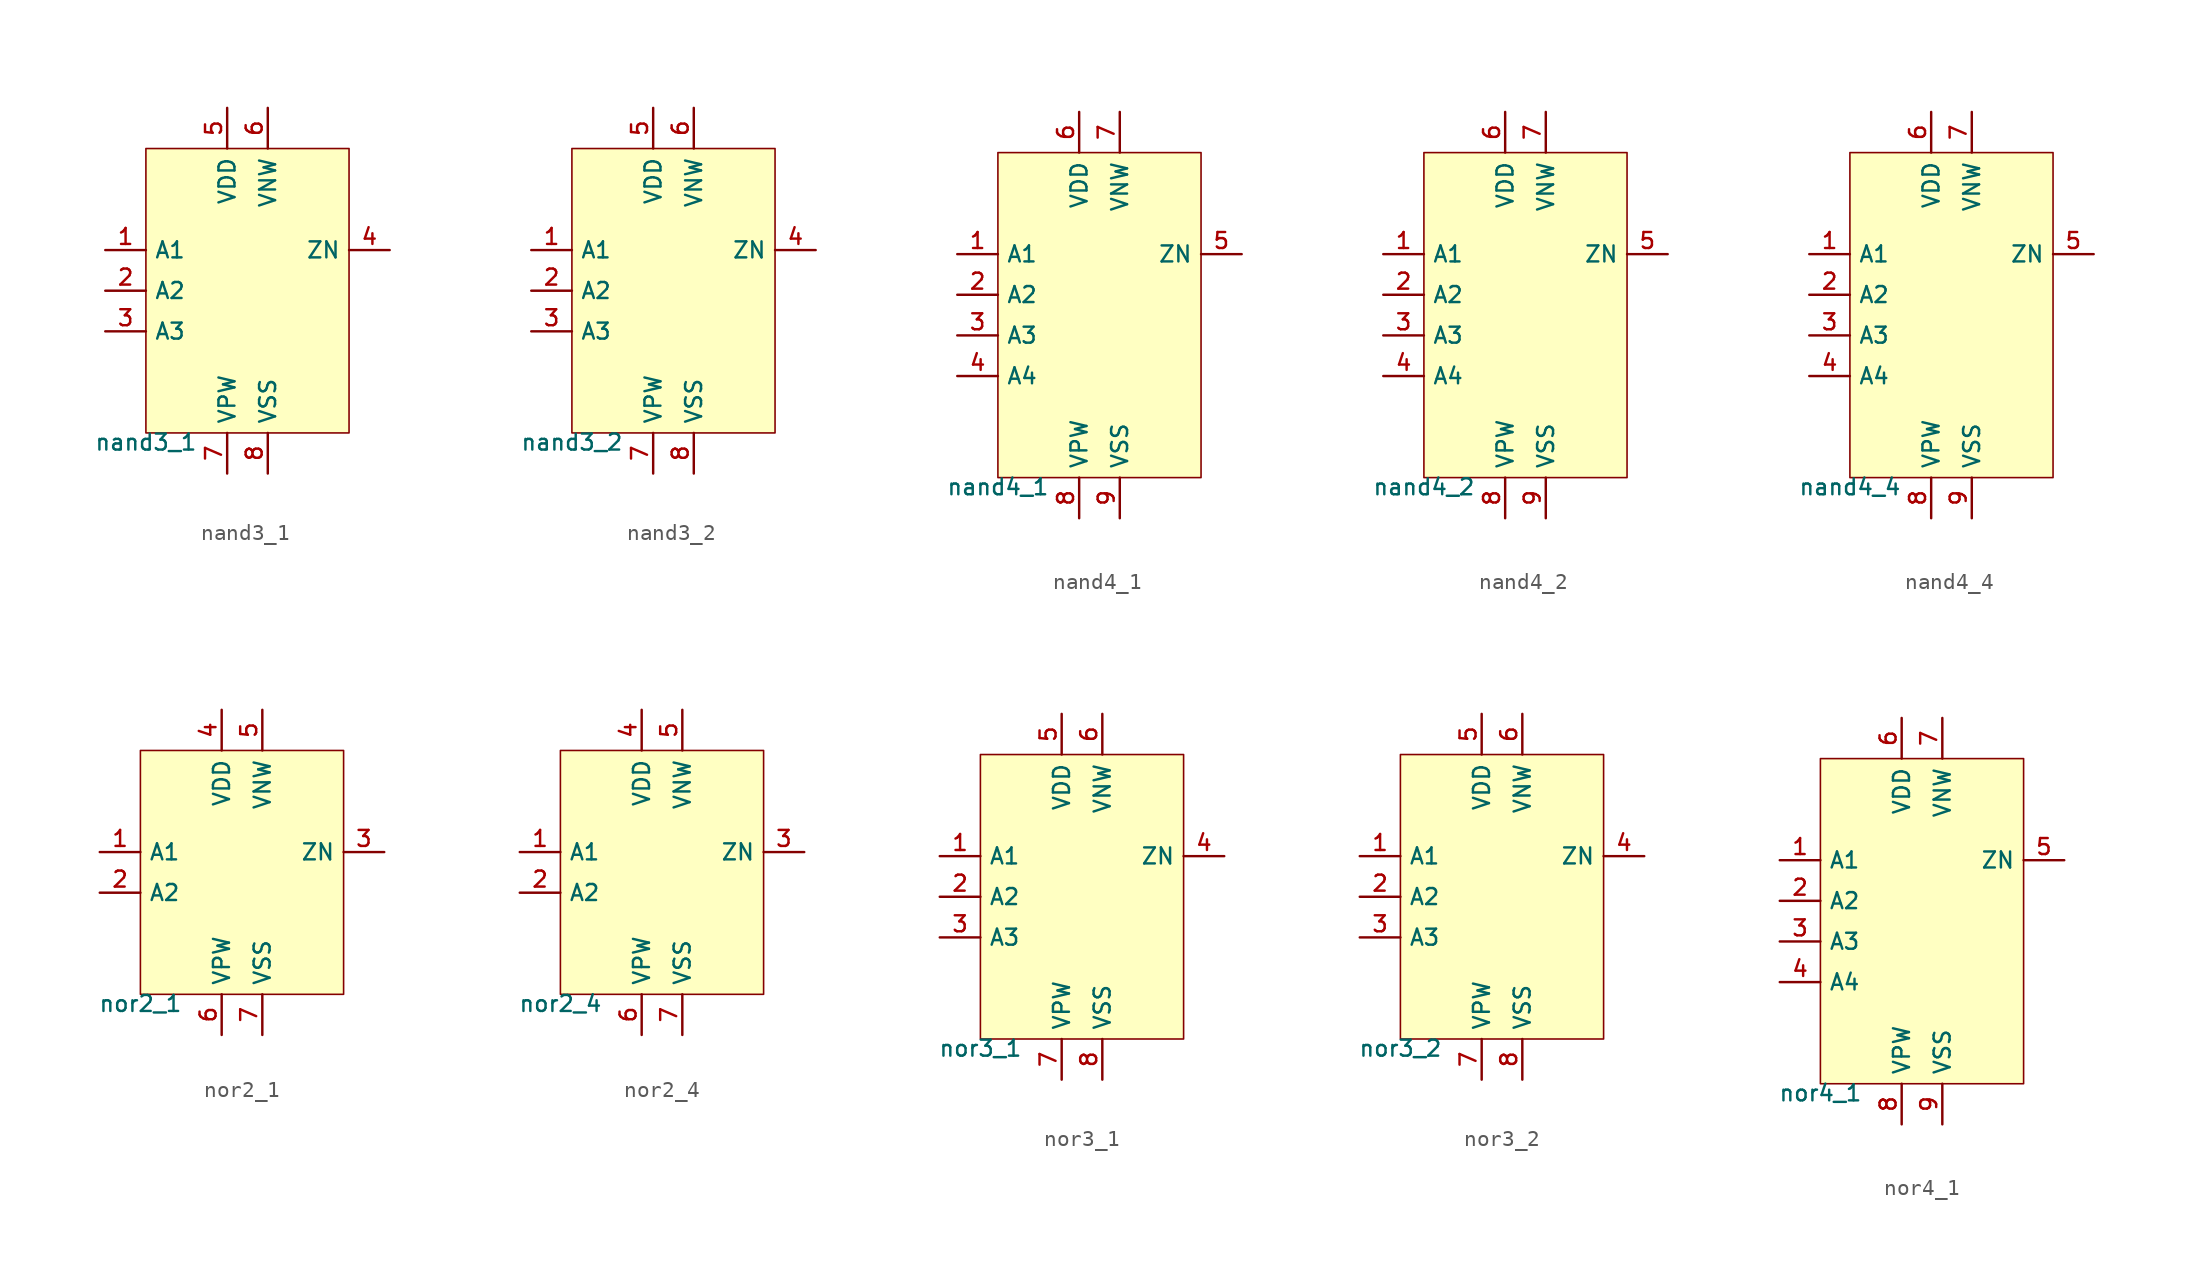
<source format=kicad_sym>
(kicad_symbol_lib
  (version 20211014)
  (generator pdk2kicad)
  (symbol "nand3_1"
    (property "Reference" "X"
      (at 0 0 0)
      (effects (font (size 1 1)) hide))
    (property "Value" "nand3_1"
      (at -6.35 -8.89 0)
      (effects (font (size 1 1)) (justify top)))
    (rectangle
      (start -6.35 -8.89)
      (end 6.35 8.89)
      (stroke (width 0.1) (type solid) (color 0 0 0 0))
      (fill (type background)))
    (pin input line
      (at -8.89 2.54 0)
      (length 2.54)
      (name "A1" (effects (font (size 1 1)) hide))
      (number "1" (effects (font (size 1 1)) hide)))
    (pin input line
      (at -8.89 4.440892098500626e-16 0)
      (length 2.54)
      (name "A2" (effects (font (size 1 1)) hide))
      (number "2" (effects (font (size 1 1)) hide)))
    (pin input line
      (at -8.89 -2.54 0)
      (length 2.54)
      (name "A3" (effects (font (size 1 1)) hide))
      (number "3" (effects (font (size 1 1)) hide)))
    (pin output line
      (at 8.89 2.54 180)
      (length 2.54)
      (name "ZN" (effects (font (size 1 1)) hide))
      (number "4" (effects (font (size 1 1)) hide)))
    (pin power_in line
      (at -1.27 11.43 270)
      (length 2.54)
      (name "VDD" (effects (font (size 1 1)) hide))
      (number "5" (effects (font (size 1 1)) hide)))
    (pin power_in line
      (at 1.27 11.43 270)
      (length 2.54)
      (name "VNW" (effects (font (size 1 1)) hide))
      (number "6" (effects (font (size 1 1)) hide)))
    (pin power_in line
      (at -1.27 -11.43 90)
      (length 2.54)
      (name "VPW" (effects (font (size 1 1)) hide))
      (number "7" (effects (font (size 1 1)) hide)))
    (pin power_in line
      (at 1.27 -11.43 90)
      (length 2.54)
      (name "VSS" (effects (font (size 1 1)) hide))
      (number "8" (effects (font (size 1 1)) hide))))
  (symbol "nand3_2"
    (property "Reference" "X"
      (at 0 0 0)
      (effects (font (size 1 1)) hide))
    (property "Value" "nand3_2"
      (at -6.35 -8.89 0)
      (effects (font (size 1 1)) (justify top)))
    (rectangle
      (start -6.35 -8.89)
      (end 6.35 8.89)
      (stroke (width 0.1) (type solid) (color 0 0 0 0))
      (fill (type background)))
    (pin input line
      (at -8.89 2.54 0)
      (length 2.54)
      (name "A1" (effects (font (size 1 1)) hide))
      (number "1" (effects (font (size 1 1)) hide)))
    (pin input line
      (at -8.89 4.440892098500626e-16 0)
      (length 2.54)
      (name "A2" (effects (font (size 1 1)) hide))
      (number "2" (effects (font (size 1 1)) hide)))
    (pin input line
      (at -8.89 -2.54 0)
      (length 2.54)
      (name "A3" (effects (font (size 1 1)) hide))
      (number "3" (effects (font (size 1 1)) hide)))
    (pin output line
      (at 8.89 2.54 180)
      (length 2.54)
      (name "ZN" (effects (font (size 1 1)) hide))
      (number "4" (effects (font (size 1 1)) hide)))
    (pin power_in line
      (at -1.27 11.43 270)
      (length 2.54)
      (name "VDD" (effects (font (size 1 1)) hide))
      (number "5" (effects (font (size 1 1)) hide)))
    (pin power_in line
      (at 1.27 11.43 270)
      (length 2.54)
      (name "VNW" (effects (font (size 1 1)) hide))
      (number "6" (effects (font (size 1 1)) hide)))
    (pin power_in line
      (at -1.27 -11.43 90)
      (length 2.54)
      (name "VPW" (effects (font (size 1 1)) hide))
      (number "7" (effects (font (size 1 1)) hide)))
    (pin power_in line
      (at 1.27 -11.43 90)
      (length 2.54)
      (name "VSS" (effects (font (size 1 1)) hide))
      (number "8" (effects (font (size 1 1)) hide))))
  (symbol "nand4_1"
    (property "Reference" "X"
      (at 0 0 0)
      (effects (font (size 1 1)) hide))
    (property "Value" "nand4_1"
      (at -6.35 -10.16 0)
      (effects (font (size 1 1)) (justify top)))
    (rectangle
      (start -6.35 -10.16)
      (end 6.35 10.16)
      (stroke (width 0.1) (type solid) (color 0 0 0 0))
      (fill (type background)))
    (pin input line
      (at -8.89 3.81 0)
      (length 2.54)
      (name "A1" (effects (font (size 1 1)) hide))
      (number "1" (effects (font (size 1 1)) hide)))
    (pin input line
      (at -8.89 1.27 0)
      (length 2.54)
      (name "A2" (effects (font (size 1 1)) hide))
      (number "2" (effects (font (size 1 1)) hide)))
    (pin input line
      (at -8.89 -1.27 0)
      (length 2.54)
      (name "A3" (effects (font (size 1 1)) hide))
      (number "3" (effects (font (size 1 1)) hide)))
    (pin input line
      (at -8.89 -3.81 0)
      (length 2.54)
      (name "A4" (effects (font (size 1 1)) hide))
      (number "4" (effects (font (size 1 1)) hide)))
    (pin output line
      (at 8.89 3.81 180)
      (length 2.54)
      (name "ZN" (effects (font (size 1 1)) hide))
      (number "5" (effects (font (size 1 1)) hide)))
    (pin power_in line
      (at -1.27 12.7 270)
      (length 2.54)
      (name "VDD" (effects (font (size 1 1)) hide))
      (number "6" (effects (font (size 1 1)) hide)))
    (pin power_in line
      (at 1.27 12.7 270)
      (length 2.54)
      (name "VNW" (effects (font (size 1 1)) hide))
      (number "7" (effects (font (size 1 1)) hide)))
    (pin power_in line
      (at -1.27 -12.7 90)
      (length 2.54)
      (name "VPW" (effects (font (size 1 1)) hide))
      (number "8" (effects (font (size 1 1)) hide)))
    (pin power_in line
      (at 1.27 -12.7 90)
      (length 2.54)
      (name "VSS" (effects (font (size 1 1)) hide))
      (number "9" (effects (font (size 1 1)) hide))))
  (symbol "nand4_2"
    (property "Reference" "X"
      (at 0 0 0)
      (effects (font (size 1 1)) hide))
    (property "Value" "nand4_2"
      (at -6.35 -10.16 0)
      (effects (font (size 1 1)) (justify top)))
    (rectangle
      (start -6.35 -10.16)
      (end 6.35 10.16)
      (stroke (width 0.1) (type solid) (color 0 0 0 0))
      (fill (type background)))
    (pin input line
      (at -8.89 3.81 0)
      (length 2.54)
      (name "A1" (effects (font (size 1 1)) hide))
      (number "1" (effects (font (size 1 1)) hide)))
    (pin input line
      (at -8.89 1.27 0)
      (length 2.54)
      (name "A2" (effects (font (size 1 1)) hide))
      (number "2" (effects (font (size 1 1)) hide)))
    (pin input line
      (at -8.89 -1.27 0)
      (length 2.54)
      (name "A3" (effects (font (size 1 1)) hide))
      (number "3" (effects (font (size 1 1)) hide)))
    (pin input line
      (at -8.89 -3.81 0)
      (length 2.54)
      (name "A4" (effects (font (size 1 1)) hide))
      (number "4" (effects (font (size 1 1)) hide)))
    (pin output line
      (at 8.89 3.81 180)
      (length 2.54)
      (name "ZN" (effects (font (size 1 1)) hide))
      (number "5" (effects (font (size 1 1)) hide)))
    (pin power_in line
      (at -1.27 12.7 270)
      (length 2.54)
      (name "VDD" (effects (font (size 1 1)) hide))
      (number "6" (effects (font (size 1 1)) hide)))
    (pin power_in line
      (at 1.27 12.7 270)
      (length 2.54)
      (name "VNW" (effects (font (size 1 1)) hide))
      (number "7" (effects (font (size 1 1)) hide)))
    (pin power_in line
      (at -1.27 -12.7 90)
      (length 2.54)
      (name "VPW" (effects (font (size 1 1)) hide))
      (number "8" (effects (font (size 1 1)) hide)))
    (pin power_in line
      (at 1.27 -12.7 90)
      (length 2.54)
      (name "VSS" (effects (font (size 1 1)) hide))
      (number "9" (effects (font (size 1 1)) hide))))
  (symbol "nand4_4"
    (property "Reference" "X"
      (at 0 0 0)
      (effects (font (size 1 1)) hide))
    (property "Value" "nand4_4"
      (at -6.35 -10.16 0)
      (effects (font (size 1 1)) (justify top)))
    (rectangle
      (start -6.35 -10.16)
      (end 6.35 10.16)
      (stroke (width 0.1) (type solid) (color 0 0 0 0))
      (fill (type background)))
    (pin input line
      (at -8.89 3.81 0)
      (length 2.54)
      (name "A1" (effects (font (size 1 1)) hide))
      (number "1" (effects (font (size 1 1)) hide)))
    (pin input line
      (at -8.89 1.27 0)
      (length 2.54)
      (name "A2" (effects (font (size 1 1)) hide))
      (number "2" (effects (font (size 1 1)) hide)))
    (pin input line
      (at -8.89 -1.27 0)
      (length 2.54)
      (name "A3" (effects (font (size 1 1)) hide))
      (number "3" (effects (font (size 1 1)) hide)))
    (pin input line
      (at -8.89 -3.81 0)
      (length 2.54)
      (name "A4" (effects (font (size 1 1)) hide))
      (number "4" (effects (font (size 1 1)) hide)))
    (pin output line
      (at 8.89 3.81 180)
      (length 2.54)
      (name "ZN" (effects (font (size 1 1)) hide))
      (number "5" (effects (font (size 1 1)) hide)))
    (pin power_in line
      (at -1.27 12.7 270)
      (length 2.54)
      (name "VDD" (effects (font (size 1 1)) hide))
      (number "6" (effects (font (size 1 1)) hide)))
    (pin power_in line
      (at 1.27 12.7 270)
      (length 2.54)
      (name "VNW" (effects (font (size 1 1)) hide))
      (number "7" (effects (font (size 1 1)) hide)))
    (pin power_in line
      (at -1.27 -12.7 90)
      (length 2.54)
      (name "VPW" (effects (font (size 1 1)) hide))
      (number "8" (effects (font (size 1 1)) hide)))
    (pin power_in line
      (at 1.27 -12.7 90)
      (length 2.54)
      (name "VSS" (effects (font (size 1 1)) hide))
      (number "9" (effects (font (size 1 1)) hide))))
  (symbol "nor2_1"
    (property "Reference" "X"
      (at 0 0 0)
      (effects (font (size 1 1)) hide))
    (property "Value" "nor2_1"
      (at -6.35 -7.62 0)
      (effects (font (size 1 1)) (justify top)))
    (rectangle
      (start -6.35 -7.62)
      (end 6.35 7.62)
      (stroke (width 0.1) (type solid) (color 0 0 0 0))
      (fill (type background)))
    (pin input line
      (at -8.89 1.27 0)
      (length 2.54)
      (name "A1" (effects (font (size 1 1)) hide))
      (number "1" (effects (font (size 1 1)) hide)))
    (pin input line
      (at -8.89 -1.27 0)
      (length 2.54)
      (name "A2" (effects (font (size 1 1)) hide))
      (number "2" (effects (font (size 1 1)) hide)))
    (pin output line
      (at 8.89 1.27 180)
      (length 2.54)
      (name "ZN" (effects (font (size 1 1)) hide))
      (number "3" (effects (font (size 1 1)) hide)))
    (pin power_in line
      (at -1.27 10.16 270)
      (length 2.54)
      (name "VDD" (effects (font (size 1 1)) hide))
      (number "4" (effects (font (size 1 1)) hide)))
    (pin power_in line
      (at 1.27 10.16 270)
      (length 2.54)
      (name "VNW" (effects (font (size 1 1)) hide))
      (number "5" (effects (font (size 1 1)) hide)))
    (pin power_in line
      (at -1.27 -10.16 90)
      (length 2.54)
      (name "VPW" (effects (font (size 1 1)) hide))
      (number "6" (effects (font (size 1 1)) hide)))
    (pin power_in line
      (at 1.27 -10.16 90)
      (length 2.54)
      (name "VSS" (effects (font (size 1 1)) hide))
      (number "7" (effects (font (size 1 1)) hide))))
  (symbol "nor2_4"
    (property "Reference" "X"
      (at 0 0 0)
      (effects (font (size 1 1)) hide))
    (property "Value" "nor2_4"
      (at -6.35 -7.62 0)
      (effects (font (size 1 1)) (justify top)))
    (rectangle
      (start -6.35 -7.62)
      (end 6.35 7.62)
      (stroke (width 0.1) (type solid) (color 0 0 0 0))
      (fill (type background)))
    (pin input line
      (at -8.89 1.27 0)
      (length 2.54)
      (name "A1" (effects (font (size 1 1)) hide))
      (number "1" (effects (font (size 1 1)) hide)))
    (pin input line
      (at -8.89 -1.27 0)
      (length 2.54)
      (name "A2" (effects (font (size 1 1)) hide))
      (number "2" (effects (font (size 1 1)) hide)))
    (pin output line
      (at 8.89 1.27 180)
      (length 2.54)
      (name "ZN" (effects (font (size 1 1)) hide))
      (number "3" (effects (font (size 1 1)) hide)))
    (pin power_in line
      (at -1.27 10.16 270)
      (length 2.54)
      (name "VDD" (effects (font (size 1 1)) hide))
      (number "4" (effects (font (size 1 1)) hide)))
    (pin power_in line
      (at 1.27 10.16 270)
      (length 2.54)
      (name "VNW" (effects (font (size 1 1)) hide))
      (number "5" (effects (font (size 1 1)) hide)))
    (pin power_in line
      (at -1.27 -10.16 90)
      (length 2.54)
      (name "VPW" (effects (font (size 1 1)) hide))
      (number "6" (effects (font (size 1 1)) hide)))
    (pin power_in line
      (at 1.27 -10.16 90)
      (length 2.54)
      (name "VSS" (effects (font (size 1 1)) hide))
      (number "7" (effects (font (size 1 1)) hide))))
  (symbol "nor3_1"
    (property "Reference" "X"
      (at 0 0 0)
      (effects (font (size 1 1)) hide))
    (property "Value" "nor3_1"
      (at -6.35 -8.89 0)
      (effects (font (size 1 1)) (justify top)))
    (rectangle
      (start -6.35 -8.89)
      (end 6.35 8.89)
      (stroke (width 0.1) (type solid) (color 0 0 0 0))
      (fill (type background)))
    (pin input line
      (at -8.89 2.54 0)
      (length 2.54)
      (name "A1" (effects (font (size 1 1)) hide))
      (number "1" (effects (font (size 1 1)) hide)))
    (pin input line
      (at -8.89 4.440892098500626e-16 0)
      (length 2.54)
      (name "A2" (effects (font (size 1 1)) hide))
      (number "2" (effects (font (size 1 1)) hide)))
    (pin input line
      (at -8.89 -2.54 0)
      (length 2.54)
      (name "A3" (effects (font (size 1 1)) hide))
      (number "3" (effects (font (size 1 1)) hide)))
    (pin output line
      (at 8.89 2.54 180)
      (length 2.54)
      (name "ZN" (effects (font (size 1 1)) hide))
      (number "4" (effects (font (size 1 1)) hide)))
    (pin power_in line
      (at -1.27 11.43 270)
      (length 2.54)
      (name "VDD" (effects (font (size 1 1)) hide))
      (number "5" (effects (font (size 1 1)) hide)))
    (pin power_in line
      (at 1.27 11.43 270)
      (length 2.54)
      (name "VNW" (effects (font (size 1 1)) hide))
      (number "6" (effects (font (size 1 1)) hide)))
    (pin power_in line
      (at -1.27 -11.43 90)
      (length 2.54)
      (name "VPW" (effects (font (size 1 1)) hide))
      (number "7" (effects (font (size 1 1)) hide)))
    (pin power_in line
      (at 1.27 -11.43 90)
      (length 2.54)
      (name "VSS" (effects (font (size 1 1)) hide))
      (number "8" (effects (font (size 1 1)) hide))))
  (symbol "nor3_2"
    (property "Reference" "X"
      (at 0 0 0)
      (effects (font (size 1 1)) hide))
    (property "Value" "nor3_2"
      (at -6.35 -8.89 0)
      (effects (font (size 1 1)) (justify top)))
    (rectangle
      (start -6.35 -8.89)
      (end 6.35 8.89)
      (stroke (width 0.1) (type solid) (color 0 0 0 0))
      (fill (type background)))
    (pin input line
      (at -8.89 2.54 0)
      (length 2.54)
      (name "A1" (effects (font (size 1 1)) hide))
      (number "1" (effects (font (size 1 1)) hide)))
    (pin input line
      (at -8.89 4.440892098500626e-16 0)
      (length 2.54)
      (name "A2" (effects (font (size 1 1)) hide))
      (number "2" (effects (font (size 1 1)) hide)))
    (pin input line
      (at -8.89 -2.54 0)
      (length 2.54)
      (name "A3" (effects (font (size 1 1)) hide))
      (number "3" (effects (font (size 1 1)) hide)))
    (pin output line
      (at 8.89 2.54 180)
      (length 2.54)
      (name "ZN" (effects (font (size 1 1)) hide))
      (number "4" (effects (font (size 1 1)) hide)))
    (pin power_in line
      (at -1.27 11.43 270)
      (length 2.54)
      (name "VDD" (effects (font (size 1 1)) hide))
      (number "5" (effects (font (size 1 1)) hide)))
    (pin power_in line
      (at 1.27 11.43 270)
      (length 2.54)
      (name "VNW" (effects (font (size 1 1)) hide))
      (number "6" (effects (font (size 1 1)) hide)))
    (pin power_in line
      (at -1.27 -11.43 90)
      (length 2.54)
      (name "VPW" (effects (font (size 1 1)) hide))
      (number "7" (effects (font (size 1 1)) hide)))
    (pin power_in line
      (at 1.27 -11.43 90)
      (length 2.54)
      (name "VSS" (effects (font (size 1 1)) hide))
      (number "8" (effects (font (size 1 1)) hide))))
  (symbol "nor4_1"
    (property "Reference" "X"
      (at 0 0 0)
      (effects (font (size 1 1)) hide))
    (property "Value" "nor4_1"
      (at -6.35 -10.16 0)
      (effects (font (size 1 1)) (justify top)))
    (rectangle
      (start -6.35 -10.16)
      (end 6.35 10.16)
      (stroke (width 0.1) (type solid) (color 0 0 0 0))
      (fill (type background)))
    (pin input line
      (at -8.89 3.81 0)
      (length 2.54)
      (name "A1" (effects (font (size 1 1)) hide))
      (number "1" (effects (font (size 1 1)) hide)))
    (pin input line
      (at -8.89 1.27 0)
      (length 2.54)
      (name "A2" (effects (font (size 1 1)) hide))
      (number "2" (effects (font (size 1 1)) hide)))
    (pin input line
      (at -8.89 -1.27 0)
      (length 2.54)
      (name "A3" (effects (font (size 1 1)) hide))
      (number "3" (effects (font (size 1 1)) hide)))
    (pin input line
      (at -8.89 -3.81 0)
      (length 2.54)
      (name "A4" (effects (font (size 1 1)) hide))
      (number "4" (effects (font (size 1 1)) hide)))
    (pin output line
      (at 8.89 3.81 180)
      (length 2.54)
      (name "ZN" (effects (font (size 1 1)) hide))
      (number "5" (effects (font (size 1 1)) hide)))
    (pin power_in line
      (at -1.27 12.7 270)
      (length 2.54)
      (name "VDD" (effects (font (size 1 1)) hide))
      (number "6" (effects (font (size 1 1)) hide)))
    (pin power_in line
      (at 1.27 12.7 270)
      (length 2.54)
      (name "VNW" (effects (font (size 1 1)) hide))
      (number "7" (effects (font (size 1 1)) hide)))
    (pin power_in line
      (at -1.27 -12.7 90)
      (length 2.54)
      (name "VPW" (effects (font (size 1 1)) hide))
      (number "8" (effects (font (size 1 1)) hide)))
    (pin power_in line
      (at 1.27 -12.7 90)
      (length 2.54)
      (name "VSS" (effects (font (size 1 1)) hide))
      (number "9" (effects (font (size 1 1)) hide)))))
</source>
